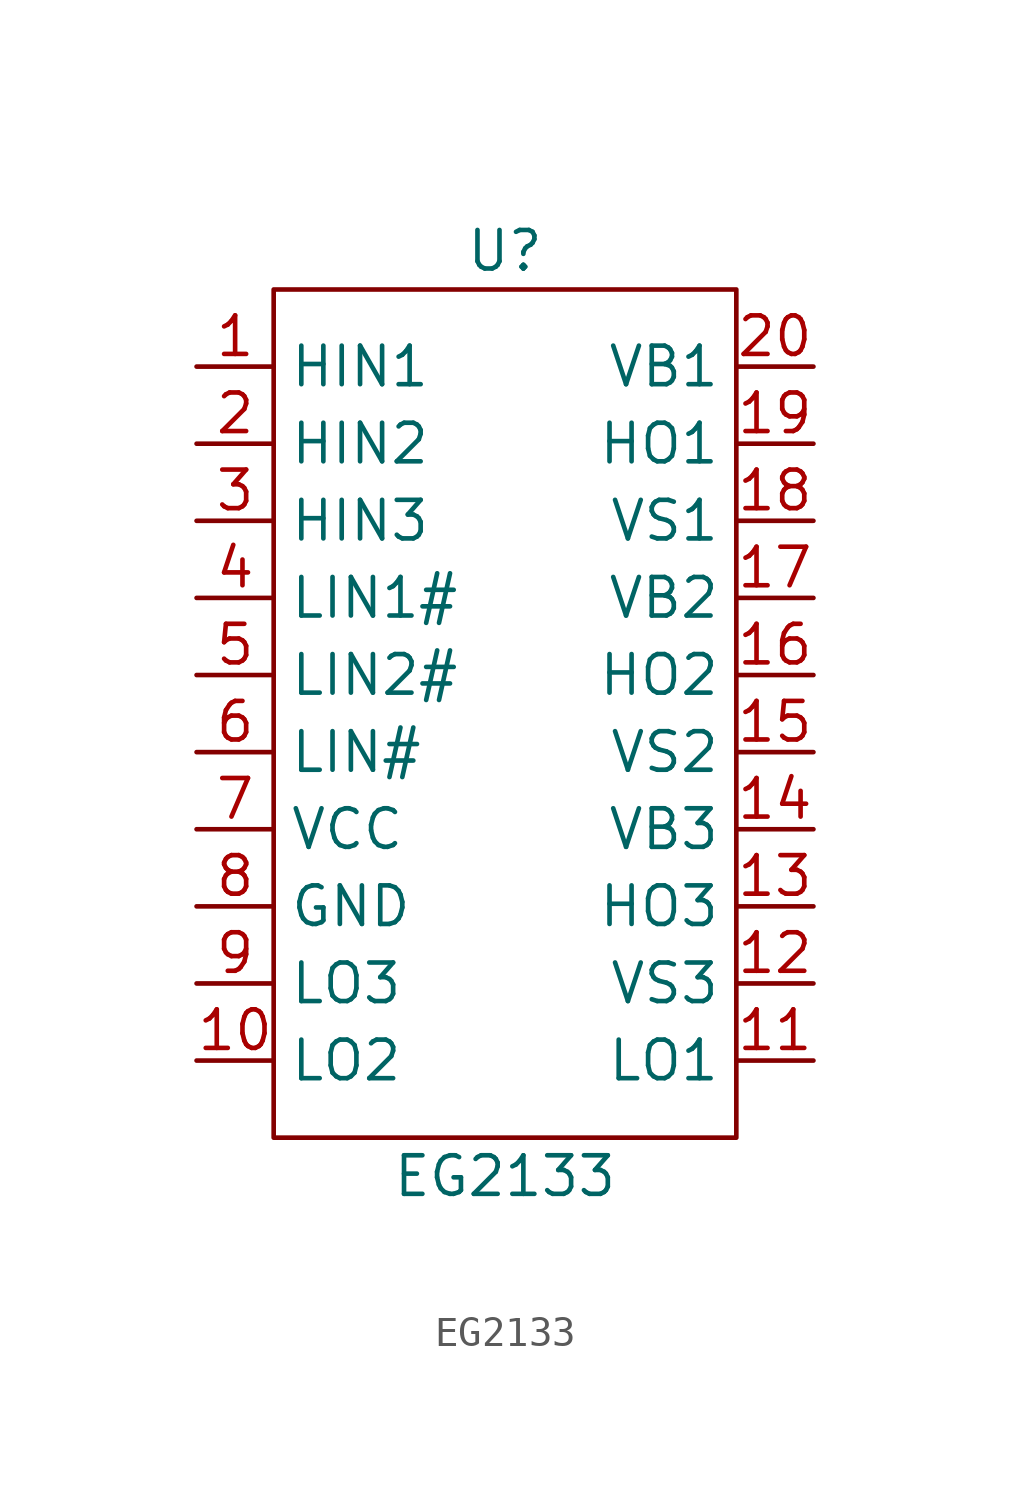
<source format=kicad_sym>
(kicad_symbol_lib
  (version 20211014)
  (generator kicad_symbol_editor)
  (symbol "EG2133"
    (property "Reference" "U"
      (at 0 13.97 0)
      (effects (font (size 1.27 1.27))))
    (property "Value" "EG2133"
      (at 0 -16.51 0)
      (effects (font (size 1.27 1.27))))
    (symbol "EG2133_0_1"
      (rectangle (start -7.62 12.7) (end 7.62 -15.24) (stroke (width 0) (type default) (color 0 0 0 0)) (fill (type none))))
    (symbol "EG2133_1_1"
      (pin input line (at -10.16 10.16 0) (length 2.54) (name "HIN1" (effects (font (size 1.27 1.27)))) (number "1" (effects (font (size 1.27 1.27)))))
      (pin output line (at -10.16 -12.7 0) (length 2.54) (name "LO2" (effects (font (size 1.27 1.27)))) (number "10" (effects (font (size 1.27 1.27)))))
      (pin output line (at 10.16 -12.7 180) (length 2.54) (name "LO1" (effects (font (size 1.27 1.27)))) (number "11" (effects (font (size 1.27 1.27)))))
      (pin output line (at 10.16 -10.16 180) (length 2.54) (name "VS3" (effects (font (size 1.27 1.27)))) (number "12" (effects (font (size 1.27 1.27)))))
      (pin output line (at 10.16 -7.62 180) (length 2.54) (name "HO3" (effects (font (size 1.27 1.27)))) (number "13" (effects (font (size 1.27 1.27)))))
      (pin passive line (at 10.16 -5.08 180) (length 2.54) (name "VB3" (effects (font (size 1.27 1.27)))) (number "14" (effects (font (size 1.27 1.27)))))
      (pin output line (at 10.16 -2.54 180) (length 2.54) (name "VS2" (effects (font (size 1.27 1.27)))) (number "15" (effects (font (size 1.27 1.27)))))
      (pin output line (at 10.16 0 180) (length 2.54) (name "HO2" (effects (font (size 1.27 1.27)))) (number "16" (effects (font (size 1.27 1.27)))))
      (pin passive line (at 10.16 2.54 180) (length 2.54) (name "VB2" (effects (font (size 1.27 1.27)))) (number "17" (effects (font (size 1.27 1.27)))))
      (pin output line (at 10.16 5.08 180) (length 2.54) (name "VS1" (effects (font (size 1.27 1.27)))) (number "18" (effects (font (size 1.27 1.27)))))
      (pin output line (at 10.16 7.62 180) (length 2.54) (name "HO1" (effects (font (size 1.27 1.27)))) (number "19" (effects (font (size 1.27 1.27)))))
      (pin input line (at -10.16 7.62 0) (length 2.54) (name "HIN2" (effects (font (size 1.27 1.27)))) (number "2" (effects (font (size 1.27 1.27)))))
      (pin passive line (at 10.16 10.16 180) (length 2.54) (name "VB1" (effects (font (size 1.27 1.27)))) (number "20" (effects (font (size 1.27 1.27)))))
      (pin input line (at -10.16 5.08 0) (length 2.54) (name "HIN3" (effects (font (size 1.27 1.27)))) (number "3" (effects (font (size 1.27 1.27)))))
      (pin input line (at -10.16 2.54 0) (length 2.54) (name "LIN1#" (effects (font (size 1.27 1.27)))) (number "4" (effects (font (size 1.27 1.27)))))
      (pin input line (at -10.16 0 0) (length 2.54) (name "LIN2#" (effects (font (size 1.27 1.27)))) (number "5" (effects (font (size 1.27 1.27)))))
      (pin input line (at -10.16 -2.54 0) (length 2.54) (name "LIN#" (effects (font (size 1.27 1.27)))) (number "6" (effects (font (size 1.27 1.27)))))
      (pin power_in line (at -10.16 -5.08 0) (length 2.54) (name "VCC" (effects (font (size 1.27 1.27)))) (number "7" (effects (font (size 1.27 1.27)))))
      (pin passive line (at -10.16 -7.62 0) (length 2.54) (name "GND" (effects (font (size 1.27 1.27)))) (number "8" (effects (font (size 1.27 1.27)))))
      (pin output line (at -10.16 -10.16 0) (length 2.54) (name "LO3" (effects (font (size 1.27 1.27)))) (number "9" (effects (font (size 1.27 1.27))))))))
</source>
